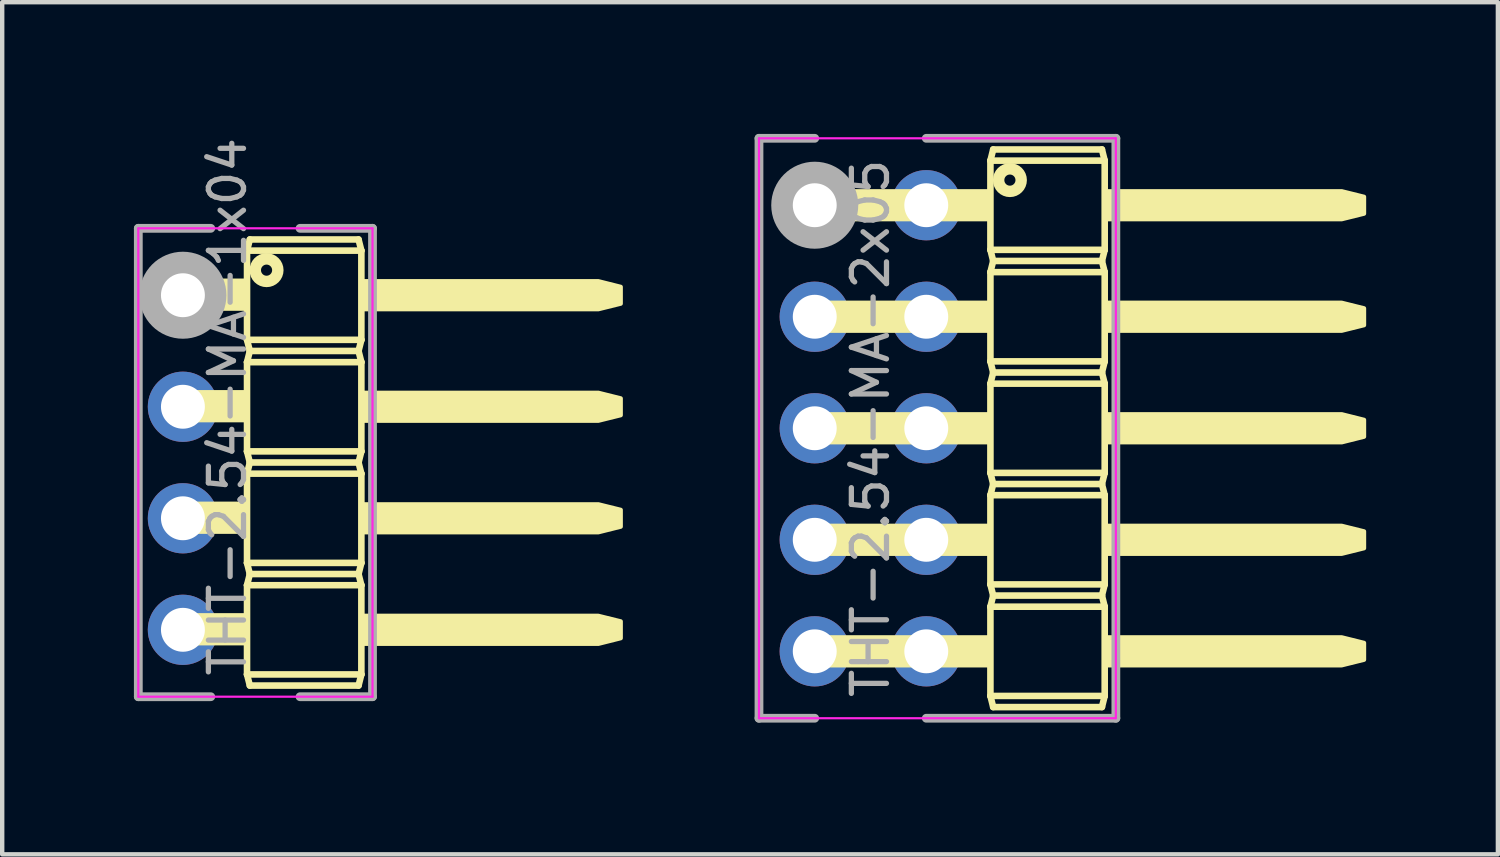
<source format=kicad_pcb>
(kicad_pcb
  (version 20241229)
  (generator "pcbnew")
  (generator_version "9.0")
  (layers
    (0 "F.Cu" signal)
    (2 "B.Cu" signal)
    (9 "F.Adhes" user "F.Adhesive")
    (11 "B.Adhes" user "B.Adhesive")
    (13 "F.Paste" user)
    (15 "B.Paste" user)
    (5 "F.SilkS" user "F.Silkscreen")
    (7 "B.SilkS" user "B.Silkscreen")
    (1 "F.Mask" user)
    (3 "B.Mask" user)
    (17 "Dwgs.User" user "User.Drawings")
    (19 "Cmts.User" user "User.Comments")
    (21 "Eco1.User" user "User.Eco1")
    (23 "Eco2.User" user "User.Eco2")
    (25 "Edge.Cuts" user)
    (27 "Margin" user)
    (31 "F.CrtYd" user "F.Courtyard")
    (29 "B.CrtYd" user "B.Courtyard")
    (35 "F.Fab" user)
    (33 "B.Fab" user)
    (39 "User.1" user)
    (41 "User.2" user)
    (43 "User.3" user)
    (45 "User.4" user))
  (footprint "THT-2.54-MA-2x05"
    (layer "F.Cu")
    (at 16.776 6.704)
    (property "Reference" "THT-2.54-MA-2x05" (at 0 0 270) (layer "F.Fab") (effects (font (size 0.8 0.8) (thickness 0.12))))
    (attr through_hole)
    (fp_line (start 2.731 -6.096) (end 2.731 -4.064) (stroke (width 0.15) (type solid)) (layer "F.SilkS"))
    (fp_line (start 2.731 -6.096) (end 5.334 -6.096) (stroke (width 0.15) (type solid)) (layer "F.SilkS"))
    (fp_line (start 2.731 -4.064) (end 2.794 -3.81) (stroke (width 0.15) (type solid)) (layer "F.SilkS"))
    (fp_line (start 2.731 -4.064) (end 5.334 -4.064) (stroke (width 0.15) (type solid)) (layer "F.SilkS"))
    (fp_line (start 2.731 -3.556) (end 2.731 -1.524) (stroke (width 0.15) (type solid)) (layer "F.SilkS"))
    (fp_line (start 2.731 -3.556) (end 5.334 -3.556) (stroke (width 0.15) (type solid)) (layer "F.SilkS"))
    (fp_line (start 2.731 -1.524) (end 2.794 -1.27) (stroke (width 0.15) (type solid)) (layer "F.SilkS"))
    (fp_line (start 2.731 -1.524) (end 5.334 -1.524) (stroke (width 0.15) (type solid)) (layer "F.SilkS"))
    (fp_line (start 2.731 -1.016) (end 2.731 1.016) (stroke (width 0.15) (type solid)) (layer "F.SilkS"))
    (fp_line (start 2.731 -1.016) (end 5.334 -1.016) (stroke (width 0.15) (type solid)) (layer "F.SilkS"))
    (fp_line (start 2.731 1.016) (end 2.794 1.27) (stroke (width 0.15) (type solid)) (layer "F.SilkS"))
    (fp_line (start 2.731 1.016) (end 5.334 1.016) (stroke (width 0.15) (type solid)) (layer "F.SilkS"))
    (fp_line (start 2.731 1.524) (end 2.731 3.556) (stroke (width 0.15) (type solid)) (layer "F.SilkS"))
    (fp_line (start 2.731 1.524) (end 5.334 1.524) (stroke (width 0.15) (type solid)) (layer "F.SilkS"))
    (fp_line (start 2.731 3.556) (end 2.794 3.81) (stroke (width 0.15) (type solid)) (layer "F.SilkS"))
    (fp_line (start 2.731 3.556) (end 5.334 3.556) (stroke (width 0.15) (type solid)) (layer "F.SilkS"))
    (fp_line (start 2.731 4.064) (end 2.731 6.096) (stroke (width 0.15) (type solid)) (layer "F.SilkS"))
    (fp_line (start 2.731 4.064) (end 5.334 4.064) (stroke (width 0.15) (type solid)) (layer "F.SilkS"))
    (fp_line (start 2.731 6.096) (end 2.794 6.35) (stroke (width 0.15) (type solid)) (layer "F.SilkS"))
    (fp_line (start 2.731 6.096) (end 5.334 6.096) (stroke (width 0.15) (type solid)) (layer "F.SilkS"))
    (fp_line (start 2.794 -6.35) (end 2.731 -6.096) (stroke (width 0.15) (type solid)) (layer "F.SilkS"))
    (fp_line (start 2.794 -6.35) (end 5.271 -6.35) (stroke (width 0.15) (type solid)) (layer "F.SilkS"))
    (fp_line (start 2.794 -3.81) (end 2.731 -3.556) (stroke (width 0.15) (type solid)) (layer "F.SilkS"))
    (fp_line (start 2.794 -3.81) (end 5.271 -3.81) (stroke (width 0.15) (type solid)) (layer "F.SilkS"))
    (fp_line (start 2.794 -1.27) (end 2.731 -1.016) (stroke (width 0.15) (type solid)) (layer "F.SilkS"))
    (fp_line (start 2.794 -1.27) (end 5.271 -1.27) (stroke (width 0.15) (type solid)) (layer "F.SilkS"))
    (fp_line (start 2.794 1.27) (end 2.731 1.524) (stroke (width 0.15) (type solid)) (layer "F.SilkS"))
    (fp_line (start 2.794 1.27) (end 5.271 1.27) (stroke (width 0.15) (type solid)) (layer "F.SilkS"))
    (fp_line (start 2.794 3.81) (end 2.731 4.064) (stroke (width 0.15) (type solid)) (layer "F.SilkS"))
    (fp_line (start 2.794 3.81) (end 5.271 3.81) (stroke (width 0.15) (type solid)) (layer "F.SilkS"))
    (fp_line (start 2.794 6.35) (end 5.271 6.35) (stroke (width 0.15) (type solid)) (layer "F.SilkS"))
    (fp_line (start 5.271 -6.35) (end 5.334 -6.096) (stroke (width 0.15) (type solid)) (layer "F.SilkS"))
    (fp_line (start 5.271 -3.81) (end 5.334 -3.556) (stroke (width 0.15) (type solid)) (layer "F.SilkS"))
    (fp_line (start 5.271 -1.27) (end 5.334 -1.016) (stroke (width 0.15) (type solid)) (layer "F.SilkS"))
    (fp_line (start 5.271 1.27) (end 5.334 1.524) (stroke (width 0.15) (type solid)) (layer "F.SilkS"))
    (fp_line (start 5.271 3.81) (end 5.334 4.064) (stroke (width 0.15) (type solid)) (layer "F.SilkS"))
    (fp_line (start 5.334 -4.064) (end 5.271 -3.81) (stroke (width 0.15) (type solid)) (layer "F.SilkS"))
    (fp_line (start 5.334 -4.064) (end 5.334 -6.096) (stroke (width 0.15) (type solid)) (layer "F.SilkS"))
    (fp_line (start 5.334 -1.524) (end 5.271 -1.27) (stroke (width 0.15) (type solid)) (layer "F.SilkS"))
    (fp_line (start 5.334 -1.524) (end 5.334 -3.556) (stroke (width 0.15) (type solid)) (layer "F.SilkS"))
    (fp_line (start 5.334 1.016) (end 5.271 1.27) (stroke (width 0.15) (type solid)) (layer "F.SilkS"))
    (fp_line (start 5.334 1.016) (end 5.334 -1.016) (stroke (width 0.15) (type solid)) (layer "F.SilkS"))
    (fp_line (start 5.334 3.556) (end 5.271 3.81) (stroke (width 0.15) (type solid)) (layer "F.SilkS"))
    (fp_line (start 5.334 3.556) (end 5.334 1.524) (stroke (width 0.15) (type solid)) (layer "F.SilkS"))
    (fp_line (start 5.334 6.096) (end 5.271 6.35) (stroke (width 0.15) (type solid)) (layer "F.SilkS"))
    (fp_line (start 5.334 6.096) (end 5.334 4.064) (stroke (width 0.15) (type solid)) (layer "F.SilkS"))
    (fp_circle (center 3.175 -5.652) (end 3.302 -5.652) (stroke (width 0.26) (type solid)) (fill no) (layer "F.SilkS"))
    (fp_poly (pts (xy -1.651 -4.889) (xy -1.651 -5.271) (xy -1.27 -5.397) (xy 2.731 -5.397) (xy 2.731 -4.763) (xy -1.27 -4.763)) (stroke (width 0.1) (type solid)) (fill yes) (layer "F.SilkS"))
    (fp_poly (pts (xy -1.651 -2.349) (xy -1.651 -2.731) (xy -1.27 -2.857) (xy 2.731 -2.857) (xy 2.731 -2.223) (xy -1.27 -2.223)) (stroke (width 0.1) (type solid)) (fill yes) (layer "F.SilkS"))
    (fp_poly (pts (xy -1.651 0.191) (xy -1.651 -0.191) (xy -1.27 -0.318) (xy 2.731 -0.318) (xy 2.731 0.318) (xy -1.27 0.318)) (stroke (width 0.1) (type solid)) (fill yes) (layer "F.SilkS"))
    (fp_poly (pts (xy -1.651 2.731) (xy -1.651 2.349) (xy -1.27 2.223) (xy 2.731 2.223) (xy 2.731 2.857) (xy -1.27 2.857)) (stroke (width 0.1) (type solid)) (fill yes) (layer "F.SilkS"))
    (fp_poly (pts (xy -1.651 5.271) (xy -1.651 4.889) (xy -1.27 4.763) (xy 2.731 4.763) (xy 2.731 5.397) (xy -1.27 5.397)) (stroke (width 0.1) (type solid)) (fill yes) (layer "F.SilkS"))
    (fp_poly (pts (xy 11.239 -5.271) (xy 11.239 -4.889) (xy 10.732 -4.763) (xy 5.334 -4.763) (xy 5.334 -5.397) (xy 10.732 -5.397)) (stroke (width 0.1) (type solid)) (fill yes) (layer "F.SilkS"))
    (fp_poly (pts (xy 11.239 -2.731) (xy 11.239 -2.349) (xy 10.732 -2.223) (xy 5.334 -2.223) (xy 5.334 -2.857) (xy 10.732 -2.857)) (stroke (width 0.1) (type solid)) (fill yes) (layer "F.SilkS"))
    (fp_poly (pts (xy 11.239 -0.191) (xy 11.239 0.191) (xy 10.732 0.318) (xy 5.334 0.318) (xy 5.334 -0.318) (xy 10.732 -0.318)) (stroke (width 0.1) (type solid)) (fill yes) (layer "F.SilkS"))
    (fp_poly (pts (xy 11.239 2.349) (xy 11.239 2.731) (xy 10.732 2.857) (xy 5.334 2.857) (xy 5.334 2.223) (xy 10.732 2.223)) (stroke (width 0.1) (type solid)) (fill yes) (layer "F.SilkS"))
    (fp_poly (pts (xy 11.239 4.889) (xy 11.239 5.271) (xy 10.732 5.397) (xy 5.334 5.397) (xy 5.334 4.763) (xy 10.732 4.763)) (stroke (width 0.1) (type solid)) (fill yes) (layer "F.SilkS"))
    (fp_line (start -2.54 -6.604) (end 5.588 -6.604) (stroke (width 0.05) (type solid)) (layer "F.CrtYd"))
    (fp_line (start -2.54 6.604) (end -2.54 -6.604) (stroke (width 0.05) (type solid)) (layer "F.CrtYd"))
    (fp_line (start -2.54 6.604) (end 5.588 6.604) (stroke (width 0.05) (type solid)) (layer "F.CrtYd"))
    (fp_line (start 5.588 -6.604) (end 5.588 6.604) (stroke (width 0.05) (type solid)) (layer "F.CrtYd"))
    (fp_line (start -2.54 -6.604) (end -2.54 6.604) (stroke (width 0.2) (type solid)) (layer "F.Fab"))
    (fp_line (start -2.54 -6.604) (end -1.27 -6.604) (stroke (width 0.2) (type solid)) (layer "F.Fab"))
    (fp_line (start -2.54 6.604) (end -1.27 6.604) (stroke (width 0.2) (type solid)) (layer "F.Fab"))
    (fp_line (start 1.27 -6.604) (end 5.588 -6.604) (stroke (width 0.2) (type solid)) (layer "F.Fab"))
    (fp_line (start 1.27 6.604) (end 5.588 6.604) (stroke (width 0.2) (type solid)) (layer "F.Fab"))
    (fp_line (start 5.588 6.604) (end 5.588 -6.604) (stroke (width 0.2) (type solid)) (layer "F.Fab"))
    (fp_circle (center -1.27 -5.08) (end -1.27 -4.889) (stroke (width 0.8) (type solid)) (fill no) (layer "F.Fab"))
    (pad "1" thru_hole circle (at -1.27 -5.08) (size 1.6 1.6) (drill 1) (layers "*.Cu" "*.Mask"))
    (pad "2" thru_hole circle (at 1.27 -5.08) (size 1.6 1.6) (drill 1) (layers "*.Cu" "*.Mask"))
    (pad "3" thru_hole circle (at -1.27 -2.54) (size 1.6 1.6) (drill 1) (layers "*.Cu" "*.Mask"))
    (pad "4" thru_hole circle (at 1.27 -2.54) (size 1.6 1.6) (drill 1) (layers "*.Cu" "*.Mask"))
    (pad "5" thru_hole circle (at -1.27 0) (size 1.6 1.6) (drill 1) (layers "*.Cu" "*.Mask"))
    (pad "6" thru_hole circle (at 1.27 0) (size 1.6 1.6) (drill 1) (layers "*.Cu" "*.Mask"))
    (pad "7" thru_hole circle (at -1.27 2.54) (size 1.6 1.6) (drill 1) (layers "*.Cu" "*.Mask"))
    (pad "8" thru_hole circle (at 1.27 2.54) (size 1.6 1.6) (drill 1) (layers "*.Cu" "*.Mask"))
    (pad "9" thru_hole circle (at -1.27 5.08) (size 1.6 1.6) (drill 1) (layers "*.Cu" "*.Mask"))
    (pad "10" thru_hole circle (at 1.27 5.08) (size 1.6 1.6) (drill 1) (layers "*.Cu" "*.Mask")))
  (footprint "THT-2.54-MA-1x04"
    (layer "F.Cu")
    (at 1.116 7.484)
    (property "Reference" "THT-2.54-MA-1x04" (at 1.016 -1.27 270) (layer "F.Fab") (effects (font (size 0.8 0.8) (thickness 0.12))))
    (attr through_hole)
    (fp_line (start 1.46 -4.826) (end 1.46 -2.794) (stroke (width 0.15) (type solid)) (layer "F.SilkS"))
    (fp_line (start 1.46 -4.826) (end 4.064 -4.826) (stroke (width 0.15) (type solid)) (layer "F.SilkS"))
    (fp_line (start 1.46 -2.794) (end 1.524 -2.54) (stroke (width 0.15) (type solid)) (layer "F.SilkS"))
    (fp_line (start 1.46 -2.794) (end 4.064 -2.794) (stroke (width 0.15) (type solid)) (layer "F.SilkS"))
    (fp_line (start 1.46 -2.286) (end 1.46 -0.254) (stroke (width 0.15) (type solid)) (layer "F.SilkS"))
    (fp_line (start 1.46 -2.286) (end 4.064 -2.286) (stroke (width 0.15) (type solid)) (layer "F.SilkS"))
    (fp_line (start 1.46 -0.254) (end 1.524 0) (stroke (width 0.15) (type solid)) (layer "F.SilkS"))
    (fp_line (start 1.46 -0.254) (end 4.064 -0.254) (stroke (width 0.15) (type solid)) (layer "F.SilkS"))
    (fp_line (start 1.46 0.254) (end 1.46 2.286) (stroke (width 0.15) (type solid)) (layer "F.SilkS"))
    (fp_line (start 1.46 0.254) (end 4.064 0.254) (stroke (width 0.15) (type solid)) (layer "F.SilkS"))
    (fp_line (start 1.46 2.286) (end 1.524 2.54) (stroke (width 0.15) (type solid)) (layer "F.SilkS"))
    (fp_line (start 1.46 2.286) (end 4.064 2.286) (stroke (width 0.15) (type solid)) (layer "F.SilkS"))
    (fp_line (start 1.46 2.794) (end 1.46 4.826) (stroke (width 0.15) (type solid)) (layer "F.SilkS"))
    (fp_line (start 1.46 2.794) (end 4.064 2.794) (stroke (width 0.15) (type solid)) (layer "F.SilkS"))
    (fp_line (start 1.46 4.826) (end 1.524 5.08) (stroke (width 0.15) (type solid)) (layer "F.SilkS"))
    (fp_line (start 1.46 4.826) (end 4.064 4.826) (stroke (width 0.15) (type solid)) (layer "F.SilkS"))
    (fp_line (start 1.524 -5.08) (end 1.46 -4.826) (stroke (width 0.15) (type solid)) (layer "F.SilkS"))
    (fp_line (start 1.524 -5.08) (end 4 -5.08) (stroke (width 0.15) (type solid)) (layer "F.SilkS"))
    (fp_line (start 1.524 -2.54) (end 1.46 -2.286) (stroke (width 0.15) (type solid)) (layer "F.SilkS"))
    (fp_line (start 1.524 -2.54) (end 4 -2.54) (stroke (width 0.15) (type solid)) (layer "F.SilkS"))
    (fp_line (start 1.524 0) (end 1.46 0.254) (stroke (width 0.15) (type solid)) (layer "F.SilkS"))
    (fp_line (start 1.524 0) (end 4 0) (stroke (width 0.15) (type solid)) (layer "F.SilkS"))
    (fp_line (start 1.524 2.54) (end 1.46 2.794) (stroke (width 0.15) (type solid)) (layer "F.SilkS"))
    (fp_line (start 1.524 2.54) (end 4 2.54) (stroke (width 0.15) (type solid)) (layer "F.SilkS"))
    (fp_line (start 1.524 5.08) (end 4 5.08) (stroke (width 0.15) (type solid)) (layer "F.SilkS"))
    (fp_line (start 4 -5.08) (end 4.064 -4.826) (stroke (width 0.15) (type solid)) (layer "F.SilkS"))
    (fp_line (start 4 -2.54) (end 4.064 -2.286) (stroke (width 0.15) (type solid)) (layer "F.SilkS"))
    (fp_line (start 4 0) (end 4.064 0.254) (stroke (width 0.15) (type solid)) (layer "F.SilkS"))
    (fp_line (start 4 2.54) (end 4.064 2.794) (stroke (width 0.15) (type solid)) (layer "F.SilkS"))
    (fp_line (start 4.064 -2.794) (end 4 -2.54) (stroke (width 0.15) (type solid)) (layer "F.SilkS"))
    (fp_line (start 4.064 -2.794) (end 4.064 -4.826) (stroke (width 0.15) (type solid)) (layer "F.SilkS"))
    (fp_line (start 4.064 -0.254) (end 4 0) (stroke (width 0.15) (type solid)) (layer "F.SilkS"))
    (fp_line (start 4.064 -0.254) (end 4.064 -2.286) (stroke (width 0.15) (type solid)) (layer "F.SilkS"))
    (fp_line (start 4.064 2.286) (end 4 2.54) (stroke (width 0.15) (type solid)) (layer "F.SilkS"))
    (fp_line (start 4.064 2.286) (end 4.064 0.254) (stroke (width 0.15) (type solid)) (layer "F.SilkS"))
    (fp_line (start 4.064 4.826) (end 4 5.08) (stroke (width 0.15) (type solid)) (layer "F.SilkS"))
    (fp_line (start 4.064 4.826) (end 4.064 2.794) (stroke (width 0.15) (type solid)) (layer "F.SilkS"))
    (fp_circle (center 1.905 -4.381) (end 2.032 -4.381) (stroke (width 0.26) (type solid)) (fill no) (layer "F.SilkS"))
    (fp_poly (pts (xy -0.356 -1.092) (xy -0.356 -1.473) (xy 0.025 -1.6) (xy 1.46 -1.6) (xy 1.46 -0.965) (xy 0.025 -0.965)) (stroke (width 0.1) (type solid)) (fill yes) (layer "F.SilkS"))
    (fp_poly (pts (xy -0.343 -3.632) (xy -0.343 -4.013) (xy 0.038 -4.14) (xy 1.473 -4.14) (xy 1.473 -3.505) (xy 0.038 -3.505)) (stroke (width 0.1) (type solid)) (fill yes) (layer "F.SilkS"))
    (fp_poly (pts (xy -0.343 1.448) (xy -0.343 1.067) (xy 0.038 0.94) (xy 1.473 0.94) (xy 1.473 1.575) (xy 0.038 1.575)) (stroke (width 0.1) (type solid)) (fill yes) (layer "F.SilkS"))
    (fp_poly (pts (xy -0.343 3.988) (xy -0.343 3.607) (xy 0.038 3.48) (xy 1.473 3.48) (xy 1.473 4.115) (xy 0.038 4.115)) (stroke (width 0.1) (type solid)) (fill yes) (layer "F.SilkS"))
    (fp_poly (pts (xy 9.97 -4) (xy 9.97 -3.619) (xy 9.461 -3.493) (xy 4.064 -3.493) (xy 4.064 -4.128) (xy 9.461 -4.128)) (stroke (width 0.1) (type solid)) (fill yes) (layer "F.SilkS"))
    (fp_poly (pts (xy 9.97 -1.46) (xy 9.97 -1.079) (xy 9.461 -0.953) (xy 4.064 -0.953) (xy 4.064 -1.587) (xy 9.461 -1.587)) (stroke (width 0.1) (type solid)) (fill yes) (layer "F.SilkS"))
    (fp_poly (pts (xy 9.97 1.079) (xy 9.97 1.46) (xy 9.461 1.587) (xy 4.064 1.587) (xy 4.064 0.953) (xy 9.461 0.953)) (stroke (width 0.1) (type solid)) (fill yes) (layer "F.SilkS"))
    (fp_poly (pts (xy 9.97 3.619) (xy 9.97 4) (xy 9.461 4.128) (xy 4.064 4.128) (xy 4.064 3.493) (xy 9.461 3.493)) (stroke (width 0.1) (type solid)) (fill yes) (layer "F.SilkS"))
    (fp_line (start -1.016 -5.334) (end -1.016 5.334) (stroke (width 0.05) (type solid)) (layer "F.CrtYd"))
    (fp_line (start -1.016 -5.334) (end 4.318 -5.334) (stroke (width 0.05) (type solid)) (layer "F.CrtYd"))
    (fp_line (start -1.016 5.334) (end 4.318 5.334) (stroke (width 0.05) (type solid)) (layer "F.CrtYd"))
    (fp_line (start 4.318 -5.334) (end 4.318 5.334) (stroke (width 0.05) (type solid)) (layer "F.CrtYd"))
    (fp_line (start -1.016 -5.334) (end 0.635 -5.334) (stroke (width 0.2) (type solid)) (layer "F.Fab"))
    (fp_line (start -1.016 5.334) (end -1.016 -5.334) (stroke (width 0.2) (type solid)) (layer "F.Fab"))
    (fp_line (start -1.016 5.334) (end 0.635 5.334) (stroke (width 0.2) (type solid)) (layer "F.Fab"))
    (fp_line (start 2.667 -5.334) (end 4.318 -5.334) (stroke (width 0.2) (type solid)) (layer "F.Fab"))
    (fp_line (start 2.667 5.334) (end 4.318 5.334) (stroke (width 0.2) (type solid)) (layer "F.Fab"))
    (fp_line (start 4.318 5.334) (end 4.318 -5.334) (stroke (width 0.2) (type solid)) (layer "F.Fab"))
    (fp_circle (center 0 -3.81) (end 0 -3.619) (stroke (width 0.8) (type solid)) (fill no) (layer "F.Fab"))
    (pad "1" thru_hole circle (at 0 -3.81) (size 1.6 1.6) (drill 1) (layers "*.Cu" "*.Mask"))
    (pad "2" thru_hole circle (at 0 -1.27) (size 1.6 1.6) (drill 1) (layers "*.Cu" "*.Mask"))
    (pad "3" thru_hole circle (at 0 1.27) (size 1.6 1.6) (drill 1) (layers "*.Cu" "*.Mask"))
    (pad "4" thru_hole circle (at 0 3.81) (size 1.6 1.6) (drill 1) (layers "*.Cu" "*.Mask")))
  (gr_rect
    (start -3 -3)
    (end 31.065 16.408)
    (stroke (width 0.1) (type default))
    (fill no)
    (layer "Edge.Cuts")))
</source>
